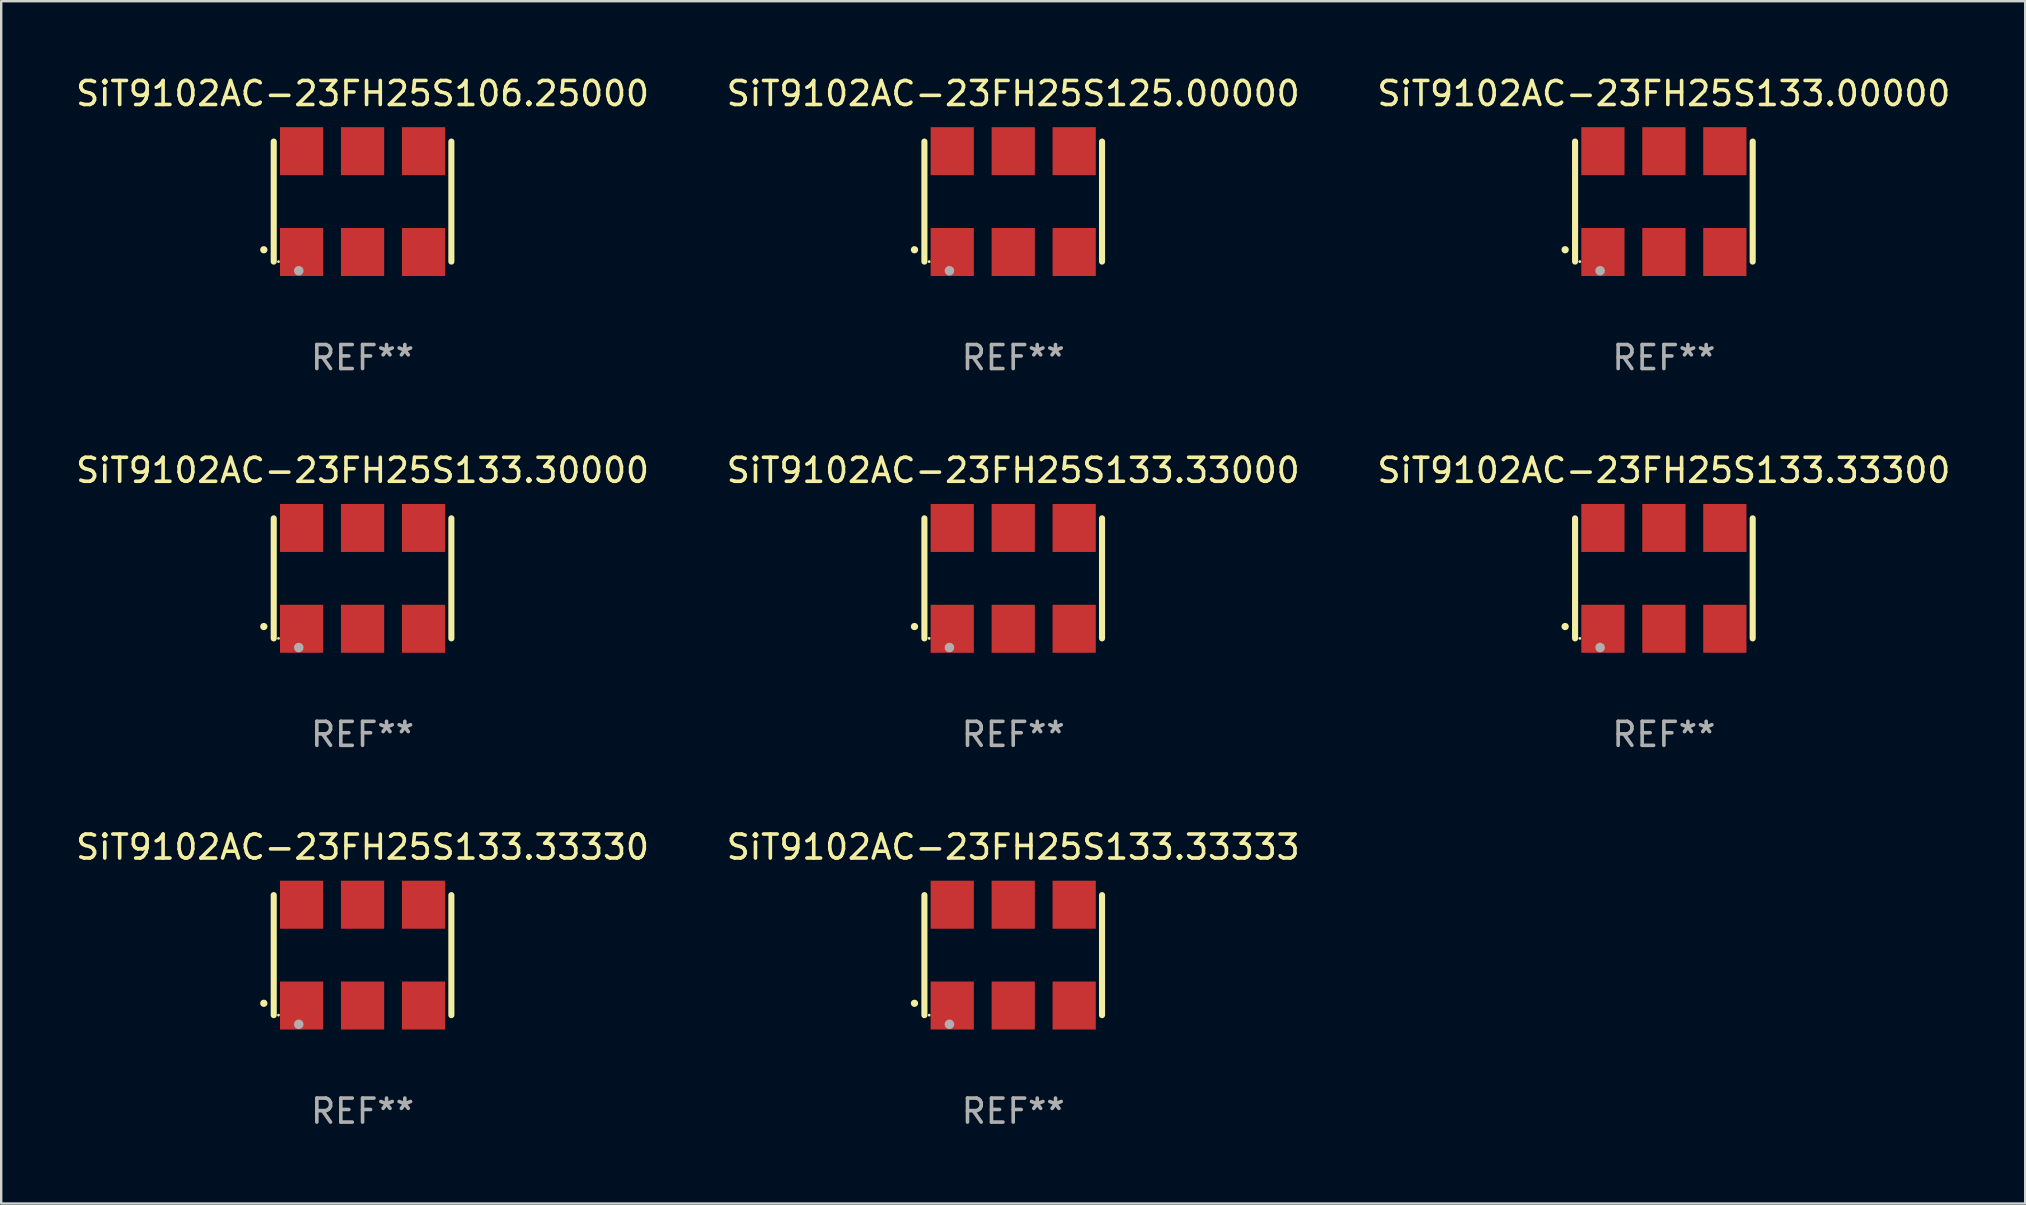
<source format=kicad_pcb>
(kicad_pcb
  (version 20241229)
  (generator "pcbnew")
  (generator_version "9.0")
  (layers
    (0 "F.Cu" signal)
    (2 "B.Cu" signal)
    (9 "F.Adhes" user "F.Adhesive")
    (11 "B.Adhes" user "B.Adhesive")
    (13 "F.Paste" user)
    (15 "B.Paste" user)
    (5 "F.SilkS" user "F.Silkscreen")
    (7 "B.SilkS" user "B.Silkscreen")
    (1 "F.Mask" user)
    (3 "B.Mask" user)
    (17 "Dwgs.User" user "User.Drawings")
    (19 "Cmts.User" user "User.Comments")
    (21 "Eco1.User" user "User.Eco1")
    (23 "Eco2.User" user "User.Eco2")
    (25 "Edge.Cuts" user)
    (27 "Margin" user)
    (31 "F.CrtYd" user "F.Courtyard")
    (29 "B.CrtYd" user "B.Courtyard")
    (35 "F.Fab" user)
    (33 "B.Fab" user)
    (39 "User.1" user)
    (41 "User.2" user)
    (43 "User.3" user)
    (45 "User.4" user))
  (footprint "SiT9102AC-23FH25S133.33300"
    (layer "F.Cu")
    (at 66.268 21.045)
    (property "Reference" "SiT9102AC-23FH25S133.33300" (at 0 -4.5 0) (layer "F.SilkS") (effects (font (size 1 1) (thickness 0.15))))
    (attr through_hole)
    (fp_line (start -3.7 -2.5) (end -3.7 2.5) (stroke (width 0.254) (type solid)) (layer "F.SilkS"))
    (fp_line (start 3.7 -2.5) (end 3.7 2.5) (stroke (width 0.254) (type solid)) (layer "F.SilkS"))
    (fp_arc (start -4.114415 2.006604) (mid -4.113145 2.006599) (end -4.111875 2.006604) (stroke (width 0.3) (type solid)) (layer "F.SilkS"))
    (fp_circle (center -3.502 2.5) (end -3.472 2.5) (stroke (width 0.06) (type solid)) (fill no) (layer "F.SilkS"))
    (fp_circle (center -2.657 2.882) (end -2.557 2.882) (stroke (width 0.2) (type solid)) (fill no) (layer "F.Fab"))
    (fp_text user "REF**" (at 0 6.5 0) (layer "F.Fab") (effects (font (size 1 1) (thickness 0.15))))
    (pad "1" smd rect (at -2.54 2.1) (size 1.8 2) (layers "F.Cu" "F.Mask" "F.Paste"))
    (pad "2" smd rect (at 0.000394 2.1) (size 1.8 2) (layers "F.Cu" "F.Mask" "F.Paste"))
    (pad "3" smd rect (at 2.54 2.1) (size 1.8 2) (layers "F.Cu" "F.Mask" "F.Paste"))
    (pad "4" smd rect (at 2.54 -2.1) (size 1.8 2) (layers "F.Cu" "F.Mask" "F.Paste"))
    (pad "5" smd rect (at 0.000394 -2.1) (size 1.8 2) (layers "F.Cu" "F.Mask" "F.Paste"))
    (pad "6" smd rect (at -2.54 -2.1) (size 1.8 2) (layers "F.Cu" "F.Mask" "F.Paste")))
  (footprint "SiT9102AC-23FH25S133.00000"
    (layer "F.Cu")
    (at 66.268 5.348)
    (property "Reference" "SiT9102AC-23FH25S133.00000" (at 0 -4.5 0) (layer "F.SilkS") (effects (font (size 1 1) (thickness 0.15))))
    (attr through_hole)
    (fp_line (start -3.7 -2.5) (end -3.7 2.5) (stroke (width 0.254) (type solid)) (layer "F.SilkS"))
    (fp_line (start 3.7 -2.5) (end 3.7 2.5) (stroke (width 0.254) (type solid)) (layer "F.SilkS"))
    (fp_arc (start -4.114415 2.006604) (mid -4.113145 2.006599) (end -4.111875 2.006604) (stroke (width 0.3) (type solid)) (layer "F.SilkS"))
    (fp_circle (center -3.502 2.5) (end -3.472 2.5) (stroke (width 0.06) (type solid)) (fill no) (layer "F.SilkS"))
    (fp_circle (center -2.657 2.882) (end -2.557 2.882) (stroke (width 0.2) (type solid)) (fill no) (layer "F.Fab"))
    (fp_text user "REF**" (at 0 6.5 0) (layer "F.Fab") (effects (font (size 1 1) (thickness 0.15))))
    (pad "1" smd rect (at -2.54 2.1) (size 1.8 2) (layers "F.Cu" "F.Mask" "F.Paste"))
    (pad "2" smd rect (at 0.000394 2.1) (size 1.8 2) (layers "F.Cu" "F.Mask" "F.Paste"))
    (pad "3" smd rect (at 2.54 2.1) (size 1.8 2) (layers "F.Cu" "F.Mask" "F.Paste"))
    (pad "4" smd rect (at 2.54 -2.1) (size 1.8 2) (layers "F.Cu" "F.Mask" "F.Paste"))
    (pad "5" smd rect (at 0.000394 -2.1) (size 1.8 2) (layers "F.Cu" "F.Mask" "F.Paste"))
    (pad "6" smd rect (at -2.54 -2.1) (size 1.8 2) (layers "F.Cu" "F.Mask" "F.Paste")))
  (footprint "SiT9102AC-23FH25S133.33330"
    (layer "F.Cu")
    (at 12.054 36.741)
    (property "Reference" "SiT9102AC-23FH25S133.33330" (at 0 -4.5 0) (layer "F.SilkS") (effects (font (size 1 1) (thickness 0.15))))
    (attr through_hole)
    (fp_line (start -3.7 -2.5) (end -3.7 2.5) (stroke (width 0.254) (type solid)) (layer "F.SilkS"))
    (fp_line (start 3.7 -2.5) (end 3.7 2.5) (stroke (width 0.254) (type solid)) (layer "F.SilkS"))
    (fp_arc (start -4.114415 2.006604) (mid -4.113145 2.006599) (end -4.111875 2.006604) (stroke (width 0.3) (type solid)) (layer "F.SilkS"))
    (fp_circle (center -3.502 2.5) (end -3.472 2.5) (stroke (width 0.06) (type solid)) (fill no) (layer "F.SilkS"))
    (fp_circle (center -2.657 2.882) (end -2.557 2.882) (stroke (width 0.2) (type solid)) (fill no) (layer "F.Fab"))
    (fp_text user "REF**" (at 0 6.5 0) (layer "F.Fab") (effects (font (size 1 1) (thickness 0.15))))
    (pad "1" smd rect (at -2.54 2.1) (size 1.8 2) (layers "F.Cu" "F.Mask" "F.Paste"))
    (pad "2" smd rect (at 0.000394 2.1) (size 1.8 2) (layers "F.Cu" "F.Mask" "F.Paste"))
    (pad "3" smd rect (at 2.54 2.1) (size 1.8 2) (layers "F.Cu" "F.Mask" "F.Paste"))
    (pad "4" smd rect (at 2.54 -2.1) (size 1.8 2) (layers "F.Cu" "F.Mask" "F.Paste"))
    (pad "5" smd rect (at 0.000394 -2.1) (size 1.8 2) (layers "F.Cu" "F.Mask" "F.Paste"))
    (pad "6" smd rect (at -2.54 -2.1) (size 1.8 2) (layers "F.Cu" "F.Mask" "F.Paste")))
  (footprint "SiT9102AC-23FH25S133.33333"
    (layer "F.Cu")
    (at 39.161 36.741)
    (property "Reference" "SiT9102AC-23FH25S133.33333" (at 0 -4.5 0) (layer "F.SilkS") (effects (font (size 1 1) (thickness 0.15))))
    (attr through_hole)
    (fp_line (start -3.7 -2.5) (end -3.7 2.5) (stroke (width 0.254) (type solid)) (layer "F.SilkS"))
    (fp_line (start 3.7 -2.5) (end 3.7 2.5) (stroke (width 0.254) (type solid)) (layer "F.SilkS"))
    (fp_arc (start -4.114415 2.006604) (mid -4.113145 2.006599) (end -4.111875 2.006604) (stroke (width 0.3) (type solid)) (layer "F.SilkS"))
    (fp_circle (center -3.502 2.5) (end -3.472 2.5) (stroke (width 0.06) (type solid)) (fill no) (layer "F.SilkS"))
    (fp_circle (center -2.657 2.882) (end -2.557 2.882) (stroke (width 0.2) (type solid)) (fill no) (layer "F.Fab"))
    (fp_text user "REF**" (at 0 6.5 0) (layer "F.Fab") (effects (font (size 1 1) (thickness 0.15))))
    (pad "1" smd rect (at -2.54 2.1) (size 1.8 2) (layers "F.Cu" "F.Mask" "F.Paste"))
    (pad "2" smd rect (at 0.000394 2.1) (size 1.8 2) (layers "F.Cu" "F.Mask" "F.Paste"))
    (pad "3" smd rect (at 2.54 2.1) (size 1.8 2) (layers "F.Cu" "F.Mask" "F.Paste"))
    (pad "4" smd rect (at 2.54 -2.1) (size 1.8 2) (layers "F.Cu" "F.Mask" "F.Paste"))
    (pad "5" smd rect (at 0.000394 -2.1) (size 1.8 2) (layers "F.Cu" "F.Mask" "F.Paste"))
    (pad "6" smd rect (at -2.54 -2.1) (size 1.8 2) (layers "F.Cu" "F.Mask" "F.Paste")))
  (footprint "SiT9102AC-23FH25S106.25000"
    (layer "F.Cu")
    (at 12.054 5.348)
    (property "Reference" "SiT9102AC-23FH25S106.25000" (at 0 -4.5 0) (layer "F.SilkS") (effects (font (size 1 1) (thickness 0.15))))
    (attr through_hole)
    (fp_line (start -3.7 -2.5) (end -3.7 2.5) (stroke (width 0.254) (type solid)) (layer "F.SilkS"))
    (fp_line (start 3.7 -2.5) (end 3.7 2.5) (stroke (width 0.254) (type solid)) (layer "F.SilkS"))
    (fp_arc (start -4.114415 2.006604) (mid -4.113145 2.006599) (end -4.111875 2.006604) (stroke (width 0.3) (type solid)) (layer "F.SilkS"))
    (fp_circle (center -3.502 2.5) (end -3.472 2.5) (stroke (width 0.06) (type solid)) (fill no) (layer "F.SilkS"))
    (fp_circle (center -2.657 2.882) (end -2.557 2.882) (stroke (width 0.2) (type solid)) (fill no) (layer "F.Fab"))
    (fp_text user "REF**" (at 0 6.5 0) (layer "F.Fab") (effects (font (size 1 1) (thickness 0.15))))
    (pad "1" smd rect (at -2.54 2.1) (size 1.8 2) (layers "F.Cu" "F.Mask" "F.Paste"))
    (pad "2" smd rect (at 0.000394 2.1) (size 1.8 2) (layers "F.Cu" "F.Mask" "F.Paste"))
    (pad "3" smd rect (at 2.54 2.1) (size 1.8 2) (layers "F.Cu" "F.Mask" "F.Paste"))
    (pad "4" smd rect (at 2.54 -2.1) (size 1.8 2) (layers "F.Cu" "F.Mask" "F.Paste"))
    (pad "5" smd rect (at 0.000394 -2.1) (size 1.8 2) (layers "F.Cu" "F.Mask" "F.Paste"))
    (pad "6" smd rect (at -2.54 -2.1) (size 1.8 2) (layers "F.Cu" "F.Mask" "F.Paste")))
  (footprint "SiT9102AC-23FH25S125.00000"
    (layer "F.Cu")
    (at 39.161 5.348)
    (property "Reference" "SiT9102AC-23FH25S125.00000" (at 0 -4.5 0) (layer "F.SilkS") (effects (font (size 1 1) (thickness 0.15))))
    (attr through_hole)
    (fp_line (start -3.7 -2.5) (end -3.7 2.5) (stroke (width 0.254) (type solid)) (layer "F.SilkS"))
    (fp_line (start 3.7 -2.5) (end 3.7 2.5) (stroke (width 0.254) (type solid)) (layer "F.SilkS"))
    (fp_arc (start -4.114415 2.006604) (mid -4.113145 2.006599) (end -4.111875 2.006604) (stroke (width 0.3) (type solid)) (layer "F.SilkS"))
    (fp_circle (center -3.502 2.5) (end -3.472 2.5) (stroke (width 0.06) (type solid)) (fill no) (layer "F.SilkS"))
    (fp_circle (center -2.657 2.882) (end -2.557 2.882) (stroke (width 0.2) (type solid)) (fill no) (layer "F.Fab"))
    (fp_text user "REF**" (at 0 6.5 0) (layer "F.Fab") (effects (font (size 1 1) (thickness 0.15))))
    (pad "1" smd rect (at -2.54 2.1) (size 1.8 2) (layers "F.Cu" "F.Mask" "F.Paste"))
    (pad "2" smd rect (at 0.000394 2.1) (size 1.8 2) (layers "F.Cu" "F.Mask" "F.Paste"))
    (pad "3" smd rect (at 2.54 2.1) (size 1.8 2) (layers "F.Cu" "F.Mask" "F.Paste"))
    (pad "4" smd rect (at 2.54 -2.1) (size 1.8 2) (layers "F.Cu" "F.Mask" "F.Paste"))
    (pad "5" smd rect (at 0.000394 -2.1) (size 1.8 2) (layers "F.Cu" "F.Mask" "F.Paste"))
    (pad "6" smd rect (at -2.54 -2.1) (size 1.8 2) (layers "F.Cu" "F.Mask" "F.Paste")))
  (footprint "SiT9102AC-23FH25S133.33000"
    (layer "F.Cu")
    (at 39.161 21.045)
    (property "Reference" "SiT9102AC-23FH25S133.33000" (at 0 -4.5 0) (layer "F.SilkS") (effects (font (size 1 1) (thickness 0.15))))
    (attr through_hole)
    (fp_line (start -3.7 -2.5) (end -3.7 2.5) (stroke (width 0.254) (type solid)) (layer "F.SilkS"))
    (fp_line (start 3.7 -2.5) (end 3.7 2.5) (stroke (width 0.254) (type solid)) (layer "F.SilkS"))
    (fp_arc (start -4.114415 2.006604) (mid -4.113145 2.006599) (end -4.111875 2.006604) (stroke (width 0.3) (type solid)) (layer "F.SilkS"))
    (fp_circle (center -3.502 2.5) (end -3.472 2.5) (stroke (width 0.06) (type solid)) (fill no) (layer "F.SilkS"))
    (fp_circle (center -2.657 2.882) (end -2.557 2.882) (stroke (width 0.2) (type solid)) (fill no) (layer "F.Fab"))
    (fp_text user "REF**" (at 0 6.5 0) (layer "F.Fab") (effects (font (size 1 1) (thickness 0.15))))
    (pad "1" smd rect (at -2.54 2.1) (size 1.8 2) (layers "F.Cu" "F.Mask" "F.Paste"))
    (pad "2" smd rect (at 0.000394 2.1) (size 1.8 2) (layers "F.Cu" "F.Mask" "F.Paste"))
    (pad "3" smd rect (at 2.54 2.1) (size 1.8 2) (layers "F.Cu" "F.Mask" "F.Paste"))
    (pad "4" smd rect (at 2.54 -2.1) (size 1.8 2) (layers "F.Cu" "F.Mask" "F.Paste"))
    (pad "5" smd rect (at 0.000394 -2.1) (size 1.8 2) (layers "F.Cu" "F.Mask" "F.Paste"))
    (pad "6" smd rect (at -2.54 -2.1) (size 1.8 2) (layers "F.Cu" "F.Mask" "F.Paste")))
  (footprint "SiT9102AC-23FH25S133.30000"
    (layer "F.Cu")
    (at 12.054 21.045)
    (property "Reference" "SiT9102AC-23FH25S133.30000" (at 0 -4.5 0) (layer "F.SilkS") (effects (font (size 1 1) (thickness 0.15))))
    (attr through_hole)
    (fp_line (start -3.7 -2.5) (end -3.7 2.5) (stroke (width 0.254) (type solid)) (layer "F.SilkS"))
    (fp_line (start 3.7 -2.5) (end 3.7 2.5) (stroke (width 0.254) (type solid)) (layer "F.SilkS"))
    (fp_arc (start -4.114415 2.006604) (mid -4.113145 2.006599) (end -4.111875 2.006604) (stroke (width 0.3) (type solid)) (layer "F.SilkS"))
    (fp_circle (center -3.502 2.5) (end -3.472 2.5) (stroke (width 0.06) (type solid)) (fill no) (layer "F.SilkS"))
    (fp_circle (center -2.657 2.882) (end -2.557 2.882) (stroke (width 0.2) (type solid)) (fill no) (layer "F.Fab"))
    (fp_text user "REF**" (at 0 6.5 0) (layer "F.Fab") (effects (font (size 1 1) (thickness 0.15))))
    (pad "1" smd rect (at -2.54 2.1) (size 1.8 2) (layers "F.Cu" "F.Mask" "F.Paste"))
    (pad "2" smd rect (at 0.000394 2.1) (size 1.8 2) (layers "F.Cu" "F.Mask" "F.Paste"))
    (pad "3" smd rect (at 2.54 2.1) (size 1.8 2) (layers "F.Cu" "F.Mask" "F.Paste"))
    (pad "4" smd rect (at 2.54 -2.1) (size 1.8 2) (layers "F.Cu" "F.Mask" "F.Paste"))
    (pad "5" smd rect (at 0.000394 -2.1) (size 1.8 2) (layers "F.Cu" "F.Mask" "F.Paste"))
    (pad "6" smd rect (at -2.54 -2.1) (size 1.8 2) (layers "F.Cu" "F.Mask" "F.Paste")))
  (gr_rect
    (start -3 -3)
    (end 81.321 47.09)
    (stroke (width 0.1) (type default))
    (fill no)
    (layer "Edge.Cuts")))
</source>
